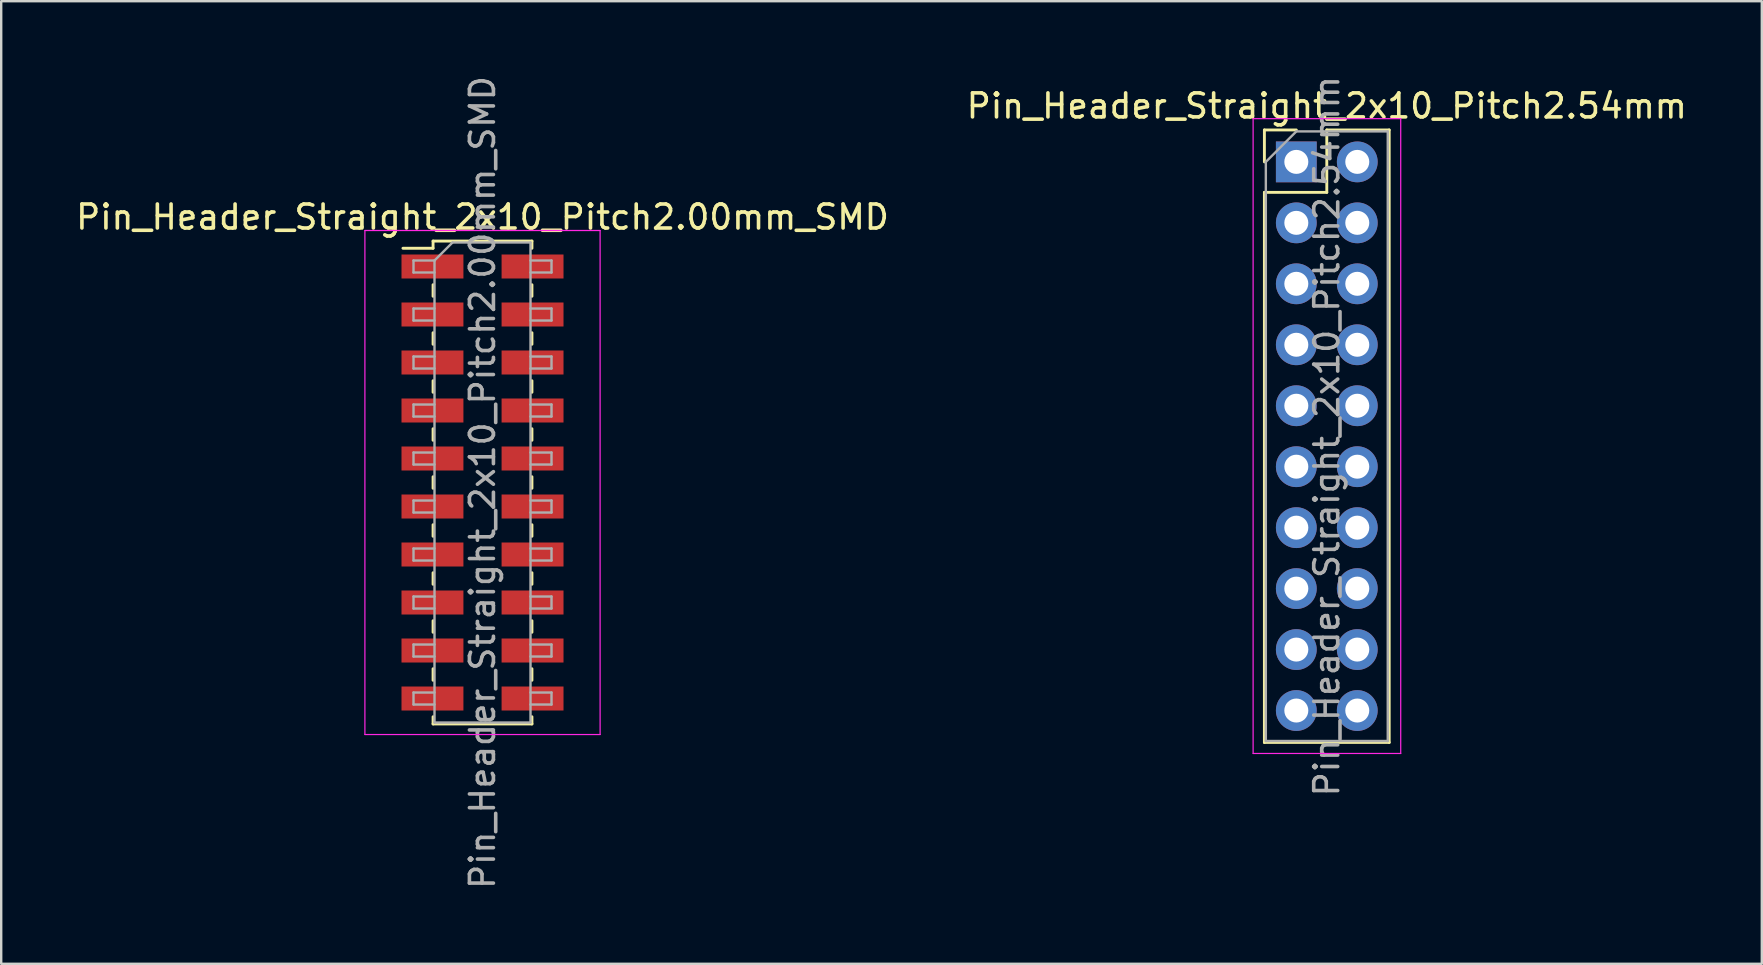
<source format=kicad_pcb>
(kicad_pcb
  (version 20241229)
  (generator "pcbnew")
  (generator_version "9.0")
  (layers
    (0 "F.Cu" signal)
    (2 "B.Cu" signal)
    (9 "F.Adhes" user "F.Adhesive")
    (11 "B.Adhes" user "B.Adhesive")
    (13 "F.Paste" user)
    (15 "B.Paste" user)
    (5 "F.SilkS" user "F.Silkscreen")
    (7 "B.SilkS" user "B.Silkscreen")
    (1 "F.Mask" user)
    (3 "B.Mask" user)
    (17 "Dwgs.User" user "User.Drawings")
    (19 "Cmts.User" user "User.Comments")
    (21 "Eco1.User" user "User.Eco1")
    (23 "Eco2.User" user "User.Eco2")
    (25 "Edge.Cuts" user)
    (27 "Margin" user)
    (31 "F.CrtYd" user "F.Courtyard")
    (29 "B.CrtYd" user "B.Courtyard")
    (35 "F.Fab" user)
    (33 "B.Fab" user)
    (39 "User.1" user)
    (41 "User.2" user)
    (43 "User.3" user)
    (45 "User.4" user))
  (footprint "Pin_Header_Straight_2x10_Pitch2.00mm_SMD"
    (layer "F.Cu")
    (at 17.054 17.054)
    (property "Reference" "Pin_Header_Straight_2x10_Pitch2.00mm_SMD" (at 0 -11.06 0) (layer "F.SilkS") (effects (font (size 1 1) (thickness 0.15))))
    (attr smd)
    (fp_line (start -3.315 -9.76) (end -2.06 -9.76) (stroke (width 0.12) (type solid)) (layer "F.SilkS"))
    (fp_line (start -2.06 -10.06) (end -2.06 -9.76) (stroke (width 0.12) (type solid)) (layer "F.SilkS"))
    (fp_line (start -2.06 -10.06) (end 2.06 -10.06) (stroke (width 0.12) (type solid)) (layer "F.SilkS"))
    (fp_line (start -2.06 -8.24) (end -2.06 -7.76) (stroke (width 0.12) (type solid)) (layer "F.SilkS"))
    (fp_line (start -2.06 -6.24) (end -2.06 -5.76) (stroke (width 0.12) (type solid)) (layer "F.SilkS"))
    (fp_line (start -2.06 -4.24) (end -2.06 -3.76) (stroke (width 0.12) (type solid)) (layer "F.SilkS"))
    (fp_line (start -2.06 -2.24) (end -2.06 -1.76) (stroke (width 0.12) (type solid)) (layer "F.SilkS"))
    (fp_line (start -2.06 -0.24) (end -2.06 0.24) (stroke (width 0.12) (type solid)) (layer "F.SilkS"))
    (fp_line (start -2.06 1.76) (end -2.06 2.24) (stroke (width 0.12) (type solid)) (layer "F.SilkS"))
    (fp_line (start -2.06 3.76) (end -2.06 4.24) (stroke (width 0.12) (type solid)) (layer "F.SilkS"))
    (fp_line (start -2.06 5.76) (end -2.06 6.24) (stroke (width 0.12) (type solid)) (layer "F.SilkS"))
    (fp_line (start -2.06 7.76) (end -2.06 8.24) (stroke (width 0.12) (type solid)) (layer "F.SilkS"))
    (fp_line (start -2.06 9.76) (end -2.06 10.06) (stroke (width 0.12) (type solid)) (layer "F.SilkS"))
    (fp_line (start -2.06 10.06) (end 2.06 10.06) (stroke (width 0.12) (type solid)) (layer "F.SilkS"))
    (fp_line (start 2.06 -10.06) (end 2.06 -9.76) (stroke (width 0.12) (type solid)) (layer "F.SilkS"))
    (fp_line (start 2.06 -8.24) (end 2.06 -7.76) (stroke (width 0.12) (type solid)) (layer "F.SilkS"))
    (fp_line (start 2.06 -6.24) (end 2.06 -5.76) (stroke (width 0.12) (type solid)) (layer "F.SilkS"))
    (fp_line (start 2.06 -4.24) (end 2.06 -3.76) (stroke (width 0.12) (type solid)) (layer "F.SilkS"))
    (fp_line (start 2.06 -2.24) (end 2.06 -1.76) (stroke (width 0.12) (type solid)) (layer "F.SilkS"))
    (fp_line (start 2.06 -0.24) (end 2.06 0.24) (stroke (width 0.12) (type solid)) (layer "F.SilkS"))
    (fp_line (start 2.06 1.76) (end 2.06 2.24) (stroke (width 0.12) (type solid)) (layer "F.SilkS"))
    (fp_line (start 2.06 3.76) (end 2.06 4.24) (stroke (width 0.12) (type solid)) (layer "F.SilkS"))
    (fp_line (start 2.06 5.76) (end 2.06 6.24) (stroke (width 0.12) (type solid)) (layer "F.SilkS"))
    (fp_line (start 2.06 7.76) (end 2.06 8.24) (stroke (width 0.12) (type solid)) (layer "F.SilkS"))
    (fp_line (start 2.06 9.76) (end 2.06 10.06) (stroke (width 0.12) (type solid)) (layer "F.SilkS"))
    (fp_line (start -4.9 -10.5) (end -4.9 10.5) (stroke (width 0.05) (type solid)) (layer "F.CrtYd"))
    (fp_line (start -4.9 10.5) (end 4.9 10.5) (stroke (width 0.05) (type solid)) (layer "F.CrtYd"))
    (fp_line (start 4.9 -10.5) (end -4.9 -10.5) (stroke (width 0.05) (type solid)) (layer "F.CrtYd"))
    (fp_line (start 4.9 10.5) (end 4.9 -10.5) (stroke (width 0.05) (type solid)) (layer "F.CrtYd"))
    (fp_line (start -2.875 -9.25) (end -2.875 -8.75) (stroke (width 0.1) (type solid)) (layer "F.Fab"))
    (fp_line (start -2.875 -8.75) (end -2 -8.75) (stroke (width 0.1) (type solid)) (layer "F.Fab"))
    (fp_line (start -2.875 -7.25) (end -2.875 -6.75) (stroke (width 0.1) (type solid)) (layer "F.Fab"))
    (fp_line (start -2.875 -6.75) (end -2 -6.75) (stroke (width 0.1) (type solid)) (layer "F.Fab"))
    (fp_line (start -2.875 -5.25) (end -2.875 -4.75) (stroke (width 0.1) (type solid)) (layer "F.Fab"))
    (fp_line (start -2.875 -4.75) (end -2 -4.75) (stroke (width 0.1) (type solid)) (layer "F.Fab"))
    (fp_line (start -2.875 -3.25) (end -2.875 -2.75) (stroke (width 0.1) (type solid)) (layer "F.Fab"))
    (fp_line (start -2.875 -2.75) (end -2 -2.75) (stroke (width 0.1) (type solid)) (layer "F.Fab"))
    (fp_line (start -2.875 -1.25) (end -2.875 -0.75) (stroke (width 0.1) (type solid)) (layer "F.Fab"))
    (fp_line (start -2.875 -0.75) (end -2 -0.75) (stroke (width 0.1) (type solid)) (layer "F.Fab"))
    (fp_line (start -2.875 0.75) (end -2.875 1.25) (stroke (width 0.1) (type solid)) (layer "F.Fab"))
    (fp_line (start -2.875 1.25) (end -2 1.25) (stroke (width 0.1) (type solid)) (layer "F.Fab"))
    (fp_line (start -2.875 2.75) (end -2.875 3.25) (stroke (width 0.1) (type solid)) (layer "F.Fab"))
    (fp_line (start -2.875 3.25) (end -2 3.25) (stroke (width 0.1) (type solid)) (layer "F.Fab"))
    (fp_line (start -2.875 4.75) (end -2.875 5.25) (stroke (width 0.1) (type solid)) (layer "F.Fab"))
    (fp_line (start -2.875 5.25) (end -2 5.25) (stroke (width 0.1) (type solid)) (layer "F.Fab"))
    (fp_line (start -2.875 6.75) (end -2.875 7.25) (stroke (width 0.1) (type solid)) (layer "F.Fab"))
    (fp_line (start -2.875 7.25) (end -2 7.25) (stroke (width 0.1) (type solid)) (layer "F.Fab"))
    (fp_line (start -2.875 8.75) (end -2.875 9.25) (stroke (width 0.1) (type solid)) (layer "F.Fab"))
    (fp_line (start -2.875 9.25) (end -2 9.25) (stroke (width 0.1) (type solid)) (layer "F.Fab"))
    (fp_line (start -2 -9.25) (end -2.875 -9.25) (stroke (width 0.1) (type solid)) (layer "F.Fab"))
    (fp_line (start -2 -9.25) (end -1.25 -10) (stroke (width 0.1) (type solid)) (layer "F.Fab"))
    (fp_line (start -2 -7.25) (end -2.875 -7.25) (stroke (width 0.1) (type solid)) (layer "F.Fab"))
    (fp_line (start -2 -5.25) (end -2.875 -5.25) (stroke (width 0.1) (type solid)) (layer "F.Fab"))
    (fp_line (start -2 -3.25) (end -2.875 -3.25) (stroke (width 0.1) (type solid)) (layer "F.Fab"))
    (fp_line (start -2 -1.25) (end -2.875 -1.25) (stroke (width 0.1) (type solid)) (layer "F.Fab"))
    (fp_line (start -2 0.75) (end -2.875 0.75) (stroke (width 0.1) (type solid)) (layer "F.Fab"))
    (fp_line (start -2 2.75) (end -2.875 2.75) (stroke (width 0.1) (type solid)) (layer "F.Fab"))
    (fp_line (start -2 4.75) (end -2.875 4.75) (stroke (width 0.1) (type solid)) (layer "F.Fab"))
    (fp_line (start -2 6.75) (end -2.875 6.75) (stroke (width 0.1) (type solid)) (layer "F.Fab"))
    (fp_line (start -2 8.75) (end -2.875 8.75) (stroke (width 0.1) (type solid)) (layer "F.Fab"))
    (fp_line (start -2 10) (end -2 -9.25) (stroke (width 0.1) (type solid)) (layer "F.Fab"))
    (fp_line (start -1.25 -10) (end 2 -10) (stroke (width 0.1) (type solid)) (layer "F.Fab"))
    (fp_line (start 2 -10) (end 2 10) (stroke (width 0.1) (type solid)) (layer "F.Fab"))
    (fp_line (start 2 -9.25) (end 2.875 -9.25) (stroke (width 0.1) (type solid)) (layer "F.Fab"))
    (fp_line (start 2 -7.25) (end 2.875 -7.25) (stroke (width 0.1) (type solid)) (layer "F.Fab"))
    (fp_line (start 2 -5.25) (end 2.875 -5.25) (stroke (width 0.1) (type solid)) (layer "F.Fab"))
    (fp_line (start 2 -3.25) (end 2.875 -3.25) (stroke (width 0.1) (type solid)) (layer "F.Fab"))
    (fp_line (start 2 -1.25) (end 2.875 -1.25) (stroke (width 0.1) (type solid)) (layer "F.Fab"))
    (fp_line (start 2 0.75) (end 2.875 0.75) (stroke (width 0.1) (type solid)) (layer "F.Fab"))
    (fp_line (start 2 2.75) (end 2.875 2.75) (stroke (width 0.1) (type solid)) (layer "F.Fab"))
    (fp_line (start 2 4.75) (end 2.875 4.75) (stroke (width 0.1) (type solid)) (layer "F.Fab"))
    (fp_line (start 2 6.75) (end 2.875 6.75) (stroke (width 0.1) (type solid)) (layer "F.Fab"))
    (fp_line (start 2 8.75) (end 2.875 8.75) (stroke (width 0.1) (type solid)) (layer "F.Fab"))
    (fp_line (start 2 10) (end -2 10) (stroke (width 0.1) (type solid)) (layer "F.Fab"))
    (fp_line (start 2.875 -9.25) (end 2.875 -8.75) (stroke (width 0.1) (type solid)) (layer "F.Fab"))
    (fp_line (start 2.875 -8.75) (end 2 -8.75) (stroke (width 0.1) (type solid)) (layer "F.Fab"))
    (fp_line (start 2.875 -7.25) (end 2.875 -6.75) (stroke (width 0.1) (type solid)) (layer "F.Fab"))
    (fp_line (start 2.875 -6.75) (end 2 -6.75) (stroke (width 0.1) (type solid)) (layer "F.Fab"))
    (fp_line (start 2.875 -5.25) (end 2.875 -4.75) (stroke (width 0.1) (type solid)) (layer "F.Fab"))
    (fp_line (start 2.875 -4.75) (end 2 -4.75) (stroke (width 0.1) (type solid)) (layer "F.Fab"))
    (fp_line (start 2.875 -3.25) (end 2.875 -2.75) (stroke (width 0.1) (type solid)) (layer "F.Fab"))
    (fp_line (start 2.875 -2.75) (end 2 -2.75) (stroke (width 0.1) (type solid)) (layer "F.Fab"))
    (fp_line (start 2.875 -1.25) (end 2.875 -0.75) (stroke (width 0.1) (type solid)) (layer "F.Fab"))
    (fp_line (start 2.875 -0.75) (end 2 -0.75) (stroke (width 0.1) (type solid)) (layer "F.Fab"))
    (fp_line (start 2.875 0.75) (end 2.875 1.25) (stroke (width 0.1) (type solid)) (layer "F.Fab"))
    (fp_line (start 2.875 1.25) (end 2 1.25) (stroke (width 0.1) (type solid)) (layer "F.Fab"))
    (fp_line (start 2.875 2.75) (end 2.875 3.25) (stroke (width 0.1) (type solid)) (layer "F.Fab"))
    (fp_line (start 2.875 3.25) (end 2 3.25) (stroke (width 0.1) (type solid)) (layer "F.Fab"))
    (fp_line (start 2.875 4.75) (end 2.875 5.25) (stroke (width 0.1) (type solid)) (layer "F.Fab"))
    (fp_line (start 2.875 5.25) (end 2 5.25) (stroke (width 0.1) (type solid)) (layer "F.Fab"))
    (fp_line (start 2.875 6.75) (end 2.875 7.25) (stroke (width 0.1) (type solid)) (layer "F.Fab"))
    (fp_line (start 2.875 7.25) (end 2 7.25) (stroke (width 0.1) (type solid)) (layer "F.Fab"))
    (fp_line (start 2.875 8.75) (end 2.875 9.25) (stroke (width 0.1) (type solid)) (layer "F.Fab"))
    (fp_line (start 2.875 9.25) (end 2 9.25) (stroke (width 0.1) (type solid)) (layer "F.Fab"))
    (fp_text user "${REFERENCE}" (at 0 0 90) (layer "F.Fab") (effects (font (size 1 1) (thickness 0.15))))
    (pad "1" smd rect (at -2.085 -9) (size 2.58 1) (layers "F.Cu" "F.Mask" "F.Paste"))
    (pad "2" smd rect (at 2.085 -9) (size 2.58 1) (layers "F.Cu" "F.Mask" "F.Paste"))
    (pad "3" smd rect (at -2.085 -7) (size 2.58 1) (layers "F.Cu" "F.Mask" "F.Paste"))
    (pad "4" smd rect (at 2.085 -7) (size 2.58 1) (layers "F.Cu" "F.Mask" "F.Paste"))
    (pad "5" smd rect (at -2.085 -5) (size 2.58 1) (layers "F.Cu" "F.Mask" "F.Paste"))
    (pad "6" smd rect (at 2.085 -5) (size 2.58 1) (layers "F.Cu" "F.Mask" "F.Paste"))
    (pad "7" smd rect (at -2.085 -3) (size 2.58 1) (layers "F.Cu" "F.Mask" "F.Paste"))
    (pad "8" smd rect (at 2.085 -3) (size 2.58 1) (layers "F.Cu" "F.Mask" "F.Paste"))
    (pad "9" smd rect (at -2.085 -1) (size 2.58 1) (layers "F.Cu" "F.Mask" "F.Paste"))
    (pad "10" smd rect (at 2.085 -1) (size 2.58 1) (layers "F.Cu" "F.Mask" "F.Paste"))
    (pad "11" smd rect (at -2.085 1) (size 2.58 1) (layers "F.Cu" "F.Mask" "F.Paste"))
    (pad "12" smd rect (at 2.085 1) (size 2.58 1) (layers "F.Cu" "F.Mask" "F.Paste"))
    (pad "13" smd rect (at -2.085 3) (size 2.58 1) (layers "F.Cu" "F.Mask" "F.Paste"))
    (pad "14" smd rect (at 2.085 3) (size 2.58 1) (layers "F.Cu" "F.Mask" "F.Paste"))
    (pad "15" smd rect (at -2.085 5) (size 2.58 1) (layers "F.Cu" "F.Mask" "F.Paste"))
    (pad "16" smd rect (at 2.085 5) (size 2.58 1) (layers "F.Cu" "F.Mask" "F.Paste"))
    (pad "17" smd rect (at -2.085 7) (size 2.58 1) (layers "F.Cu" "F.Mask" "F.Paste"))
    (pad "18" smd rect (at 2.085 7) (size 2.58 1) (layers "F.Cu" "F.Mask" "F.Paste"))
    (pad "19" smd rect (at -2.085 9) (size 2.58 1) (layers "F.Cu" "F.Mask" "F.Paste"))
    (pad "20" smd rect (at 2.085 9) (size 2.58 1) (layers "F.Cu" "F.Mask" "F.Paste")))
  (footprint "Pin_Header_Straight_2x10_Pitch2.54mm"
    (layer "F.Cu")
    (at 50.962 3.695)
    (property "Reference" "Pin_Header_Straight_2x10_Pitch2.54mm" (at 1.27 -2.33 0) (layer "F.SilkS") (effects (font (size 1 1) (thickness 0.15))))
    (attr through_hole)
    (fp_line (start -1.33 -1.33) (end 0 -1.33) (stroke (width 0.12) (type solid)) (layer "F.SilkS"))
    (fp_line (start -1.33 0) (end -1.33 -1.33) (stroke (width 0.12) (type solid)) (layer "F.SilkS"))
    (fp_line (start -1.33 1.27) (end -1.33 24.19) (stroke (width 0.12) (type solid)) (layer "F.SilkS"))
    (fp_line (start -1.33 1.27) (end 1.27 1.27) (stroke (width 0.12) (type solid)) (layer "F.SilkS"))
    (fp_line (start -1.33 24.19) (end 3.87 24.19) (stroke (width 0.12) (type solid)) (layer "F.SilkS"))
    (fp_line (start 1.27 -1.33) (end 3.87 -1.33) (stroke (width 0.12) (type solid)) (layer "F.SilkS"))
    (fp_line (start 1.27 1.27) (end 1.27 -1.33) (stroke (width 0.12) (type solid)) (layer "F.SilkS"))
    (fp_line (start 3.87 -1.33) (end 3.87 24.19) (stroke (width 0.12) (type solid)) (layer "F.SilkS"))
    (fp_line (start -1.8 -1.8) (end -1.8 24.65) (stroke (width 0.05) (type solid)) (layer "F.CrtYd"))
    (fp_line (start -1.8 24.65) (end 4.35 24.65) (stroke (width 0.05) (type solid)) (layer "F.CrtYd"))
    (fp_line (start 4.35 -1.8) (end -1.8 -1.8) (stroke (width 0.05) (type solid)) (layer "F.CrtYd"))
    (fp_line (start 4.35 24.65) (end 4.35 -1.8) (stroke (width 0.05) (type solid)) (layer "F.CrtYd"))
    (fp_line (start -1.27 0) (end 0 -1.27) (stroke (width 0.1) (type solid)) (layer "F.Fab"))
    (fp_line (start -1.27 24.13) (end -1.27 0) (stroke (width 0.1) (type solid)) (layer "F.Fab"))
    (fp_line (start 0 -1.27) (end 3.81 -1.27) (stroke (width 0.1) (type solid)) (layer "F.Fab"))
    (fp_line (start 3.81 -1.27) (end 3.81 24.13) (stroke (width 0.1) (type solid)) (layer "F.Fab"))
    (fp_line (start 3.81 24.13) (end -1.27 24.13) (stroke (width 0.1) (type solid)) (layer "F.Fab"))
    (fp_text user "${REFERENCE}" (at 1.27 11.43 90) (layer "F.Fab") (effects (font (size 1 1) (thickness 0.15))))
    (pad "1" thru_hole rect (at 0 0) (size 1.7 1.7) (drill 1) (layers "*.Cu" "*.Mask"))
    (pad "2" thru_hole oval (at 2.54 0) (size 1.7 1.7) (drill 1) (layers "*.Cu" "*.Mask"))
    (pad "3" thru_hole oval (at 0 2.54) (size 1.7 1.7) (drill 1) (layers "*.Cu" "*.Mask"))
    (pad "4" thru_hole oval (at 2.54 2.54) (size 1.7 1.7) (drill 1) (layers "*.Cu" "*.Mask"))
    (pad "5" thru_hole oval (at 0 5.08) (size 1.7 1.7) (drill 1) (layers "*.Cu" "*.Mask"))
    (pad "6" thru_hole oval (at 2.54 5.08) (size 1.7 1.7) (drill 1) (layers "*.Cu" "*.Mask"))
    (pad "7" thru_hole oval (at 0 7.62) (size 1.7 1.7) (drill 1) (layers "*.Cu" "*.Mask"))
    (pad "8" thru_hole oval (at 2.54 7.62) (size 1.7 1.7) (drill 1) (layers "*.Cu" "*.Mask"))
    (pad "9" thru_hole oval (at 0 10.16) (size 1.7 1.7) (drill 1) (layers "*.Cu" "*.Mask"))
    (pad "10" thru_hole oval (at 2.54 10.16) (size 1.7 1.7) (drill 1) (layers "*.Cu" "*.Mask"))
    (pad "11" thru_hole oval (at 0 12.7) (size 1.7 1.7) (drill 1) (layers "*.Cu" "*.Mask"))
    (pad "12" thru_hole oval (at 2.54 12.7) (size 1.7 1.7) (drill 1) (layers "*.Cu" "*.Mask"))
    (pad "13" thru_hole oval (at 0 15.24) (size 1.7 1.7) (drill 1) (layers "*.Cu" "*.Mask"))
    (pad "14" thru_hole oval (at 2.54 15.24) (size 1.7 1.7) (drill 1) (layers "*.Cu" "*.Mask"))
    (pad "15" thru_hole oval (at 0 17.78) (size 1.7 1.7) (drill 1) (layers "*.Cu" "*.Mask"))
    (pad "16" thru_hole oval (at 2.54 17.78) (size 1.7 1.7) (drill 1) (layers "*.Cu" "*.Mask"))
    (pad "17" thru_hole oval (at 0 20.32) (size 1.7 1.7) (drill 1) (layers "*.Cu" "*.Mask"))
    (pad "18" thru_hole oval (at 2.54 20.32) (size 1.7 1.7) (drill 1) (layers "*.Cu" "*.Mask"))
    (pad "19" thru_hole oval (at 0 22.86) (size 1.7 1.7) (drill 1) (layers "*.Cu" "*.Mask"))
    (pad "20" thru_hole oval (at 2.54 22.86) (size 1.7 1.7) (drill 1) (layers "*.Cu" "*.Mask")))
  (gr_rect
    (start -3 -3)
    (end 70.357 37.107)
    (stroke (width 0.1) (type default))
    (fill no)
    (layer "Edge.Cuts")))
</source>
